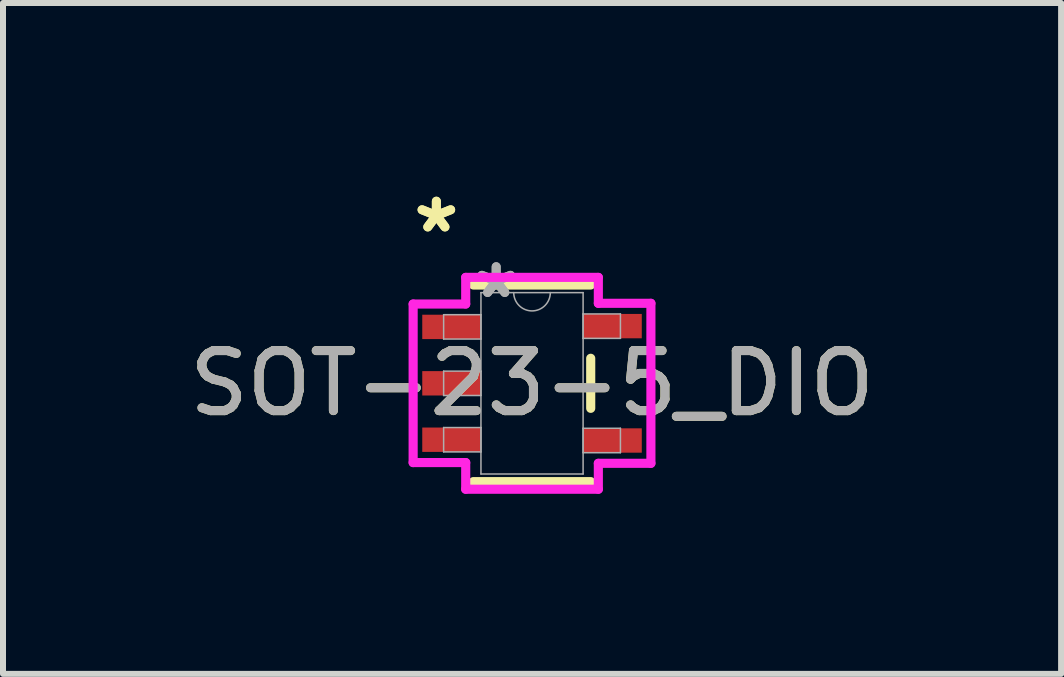
<source format=kicad_pcb>
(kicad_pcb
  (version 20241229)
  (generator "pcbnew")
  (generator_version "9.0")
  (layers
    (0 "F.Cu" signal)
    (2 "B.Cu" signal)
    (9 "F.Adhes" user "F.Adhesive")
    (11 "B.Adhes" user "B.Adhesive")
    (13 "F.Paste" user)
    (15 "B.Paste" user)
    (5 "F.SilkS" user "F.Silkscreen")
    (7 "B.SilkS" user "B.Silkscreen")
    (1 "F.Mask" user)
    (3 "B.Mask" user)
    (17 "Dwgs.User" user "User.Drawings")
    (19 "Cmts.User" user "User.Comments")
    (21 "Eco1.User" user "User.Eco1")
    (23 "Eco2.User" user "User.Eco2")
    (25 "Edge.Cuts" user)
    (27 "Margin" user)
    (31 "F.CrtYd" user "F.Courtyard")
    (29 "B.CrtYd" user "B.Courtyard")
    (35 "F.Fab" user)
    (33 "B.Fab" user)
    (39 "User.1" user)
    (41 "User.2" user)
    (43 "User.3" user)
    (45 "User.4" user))
  (footprint "SOT-23-5_DIO"
    (layer "F.Cu")
    (at 5.815 3.337)
    (property "Reference" "SOT-23-5_DIO" (at 0 0 0) (unlocked yes) (layer "F.SilkS") (effects (font (size 1 1) (thickness 0.15))))
    (attr smd)
    (fp_line (start -0.978 1.638) (end 0.978 1.638) (stroke (width 0.152) (type solid)) (layer "F.SilkS"))
    (fp_line (start 0.978 -1.638) (end -0.978 -1.638) (stroke (width 0.152) (type solid)) (layer "F.SilkS"))
    (fp_line (start 0.978 0.417) (end 0.978 -0.417) (stroke (width 0.152) (type solid)) (layer "F.SilkS"))
    (fp_line (start -1.981 -1.321) (end -1.105 -1.321) (stroke (width 0.152) (type solid)) (layer "F.CrtYd"))
    (fp_line (start -1.981 1.321) (end -1.981 -1.321) (stroke (width 0.152) (type solid)) (layer "F.CrtYd"))
    (fp_line (start -1.105 -1.765) (end 1.105 -1.765) (stroke (width 0.152) (type solid)) (layer "F.CrtYd"))
    (fp_line (start -1.105 -1.321) (end -1.105 -1.765) (stroke (width 0.152) (type solid)) (layer "F.CrtYd"))
    (fp_line (start -1.105 1.321) (end -1.981 1.321) (stroke (width 0.152) (type solid)) (layer "F.CrtYd"))
    (fp_line (start -1.105 1.765) (end -1.105 1.321) (stroke (width 0.152) (type solid)) (layer "F.CrtYd"))
    (fp_line (start 1.105 -1.765) (end 1.105 -1.333) (stroke (width 0.152) (type solid)) (layer "F.CrtYd"))
    (fp_line (start 1.105 -1.333) (end 1.981 -1.333) (stroke (width 0.152) (type solid)) (layer "F.CrtYd"))
    (fp_line (start 1.105 1.333) (end 1.105 1.765) (stroke (width 0.152) (type solid)) (layer "F.CrtYd"))
    (fp_line (start 1.105 1.765) (end -1.105 1.765) (stroke (width 0.152) (type solid)) (layer "F.CrtYd"))
    (fp_line (start 1.981 -1.333) (end 1.981 1.333) (stroke (width 0.152) (type solid)) (layer "F.CrtYd"))
    (fp_line (start 1.981 1.333) (end 1.105 1.333) (stroke (width 0.152) (type solid)) (layer "F.CrtYd"))
    (fp_line (start -1.473 -1.143) (end -1.473 -0.737) (stroke (width 0.025) (type solid)) (layer "F.Fab"))
    (fp_line (start -1.473 -0.737) (end -0.851 -0.737) (stroke (width 0.025) (type solid)) (layer "F.Fab"))
    (fp_line (start -1.473 -0.203) (end -1.473 0.203) (stroke (width 0.025) (type solid)) (layer "F.Fab"))
    (fp_line (start -1.473 0.203) (end -0.851 0.203) (stroke (width 0.025) (type solid)) (layer "F.Fab"))
    (fp_line (start -1.473 0.737) (end -1.473 1.143) (stroke (width 0.025) (type solid)) (layer "F.Fab"))
    (fp_line (start -1.473 1.143) (end -0.851 1.143) (stroke (width 0.025) (type solid)) (layer "F.Fab"))
    (fp_line (start -0.851 -1.511) (end -0.851 1.511) (stroke (width 0.025) (type solid)) (layer "F.Fab"))
    (fp_line (start -0.851 -1.143) (end -1.473 -1.143) (stroke (width 0.025) (type solid)) (layer "F.Fab"))
    (fp_line (start -0.851 -0.737) (end -0.851 -1.143) (stroke (width 0.025) (type solid)) (layer "F.Fab"))
    (fp_line (start -0.851 -0.203) (end -1.473 -0.203) (stroke (width 0.025) (type solid)) (layer "F.Fab"))
    (fp_line (start -0.851 0.203) (end -0.851 -0.203) (stroke (width 0.025) (type solid)) (layer "F.Fab"))
    (fp_line (start -0.851 0.737) (end -1.473 0.737) (stroke (width 0.025) (type solid)) (layer "F.Fab"))
    (fp_line (start -0.851 1.143) (end -0.851 0.737) (stroke (width 0.025) (type solid)) (layer "F.Fab"))
    (fp_line (start -0.851 1.511) (end 0.851 1.511) (stroke (width 0.025) (type solid)) (layer "F.Fab"))
    (fp_line (start 0.851 -1.511) (end -0.851 -1.511) (stroke (width 0.025) (type solid)) (layer "F.Fab"))
    (fp_line (start 0.851 -1.156) (end 0.851 -0.749) (stroke (width 0.025) (type solid)) (layer "F.Fab"))
    (fp_line (start 0.851 -0.749) (end 1.473 -0.749) (stroke (width 0.025) (type solid)) (layer "F.Fab"))
    (fp_line (start 0.851 0.749) (end 0.851 1.156) (stroke (width 0.025) (type solid)) (layer "F.Fab"))
    (fp_line (start 0.851 1.156) (end 1.473 1.156) (stroke (width 0.025) (type solid)) (layer "F.Fab"))
    (fp_line (start 0.851 1.511) (end 0.851 -1.511) (stroke (width 0.025) (type solid)) (layer "F.Fab"))
    (fp_line (start 1.473 -1.156) (end 0.851 -1.156) (stroke (width 0.025) (type solid)) (layer "F.Fab"))
    (fp_line (start 1.473 -0.749) (end 1.473 -1.156) (stroke (width 0.025) (type solid)) (layer "F.Fab"))
    (fp_line (start 1.473 0.749) (end 0.851 0.749) (stroke (width 0.025) (type solid)) (layer "F.Fab"))
    (fp_line (start 1.473 1.156) (end 1.473 0.749) (stroke (width 0.025) (type solid)) (layer "F.Fab"))
    (fp_arc (start 0.3048 -1.5113) (mid 0 -1.2065) (end -0.3048 -1.5113) (stroke (width 0.0254) (type solid)) (layer "F.Fab"))
    (fp_text user "*" (at -1.594 -2.489 0) (unlocked yes) (layer "F.SilkS") (effects (font (size 1 1) (thickness 0.15))))
    (fp_text user "*" (at -1.594 -2.489 0) (layer "F.SilkS") (effects (font (size 1 1) (thickness 0.15))))
    (fp_text user "*" (at -0.597 -1.397 0) (unlocked yes) (layer "F.Fab") (effects (font (size 1 1) (thickness 0.15))))
    (fp_text user "${REFERENCE}" (at 0 0 0) (unlocked yes) (layer "F.Fab") (effects (font (size 1 1) (thickness 0.15))))
    (fp_text user "*" (at -0.597 -1.397 0) (layer "F.Fab") (effects (font (size 1 1) (thickness 0.15))))
    (pad "1" smd rect (at -1.34 -0.94) (size 0.978 0.406) (layers "F.Cu" "F.Mask" "F.Paste"))
    (pad "2" smd rect (at -1.34 0) (size 0.978 0.406) (layers "F.Cu" "F.Mask" "F.Paste"))
    (pad "3" smd rect (at -1.34 0.94) (size 0.978 0.406) (layers "F.Cu" "F.Mask" "F.Paste"))
    (pad "4" smd rect (at 1.34 0.953) (size 0.978 0.406) (layers "F.Cu" "F.Mask" "F.Paste"))
    (pad "5" smd rect (at 1.34 -0.953) (size 0.978 0.406) (layers "F.Cu" "F.Mask" "F.Paste")))
  (gr_rect
    (start -3 -3)
    (end 14.631 8.179)
    (stroke (width 0.1) (type default))
    (fill no)
    (layer "Edge.Cuts")))
</source>
